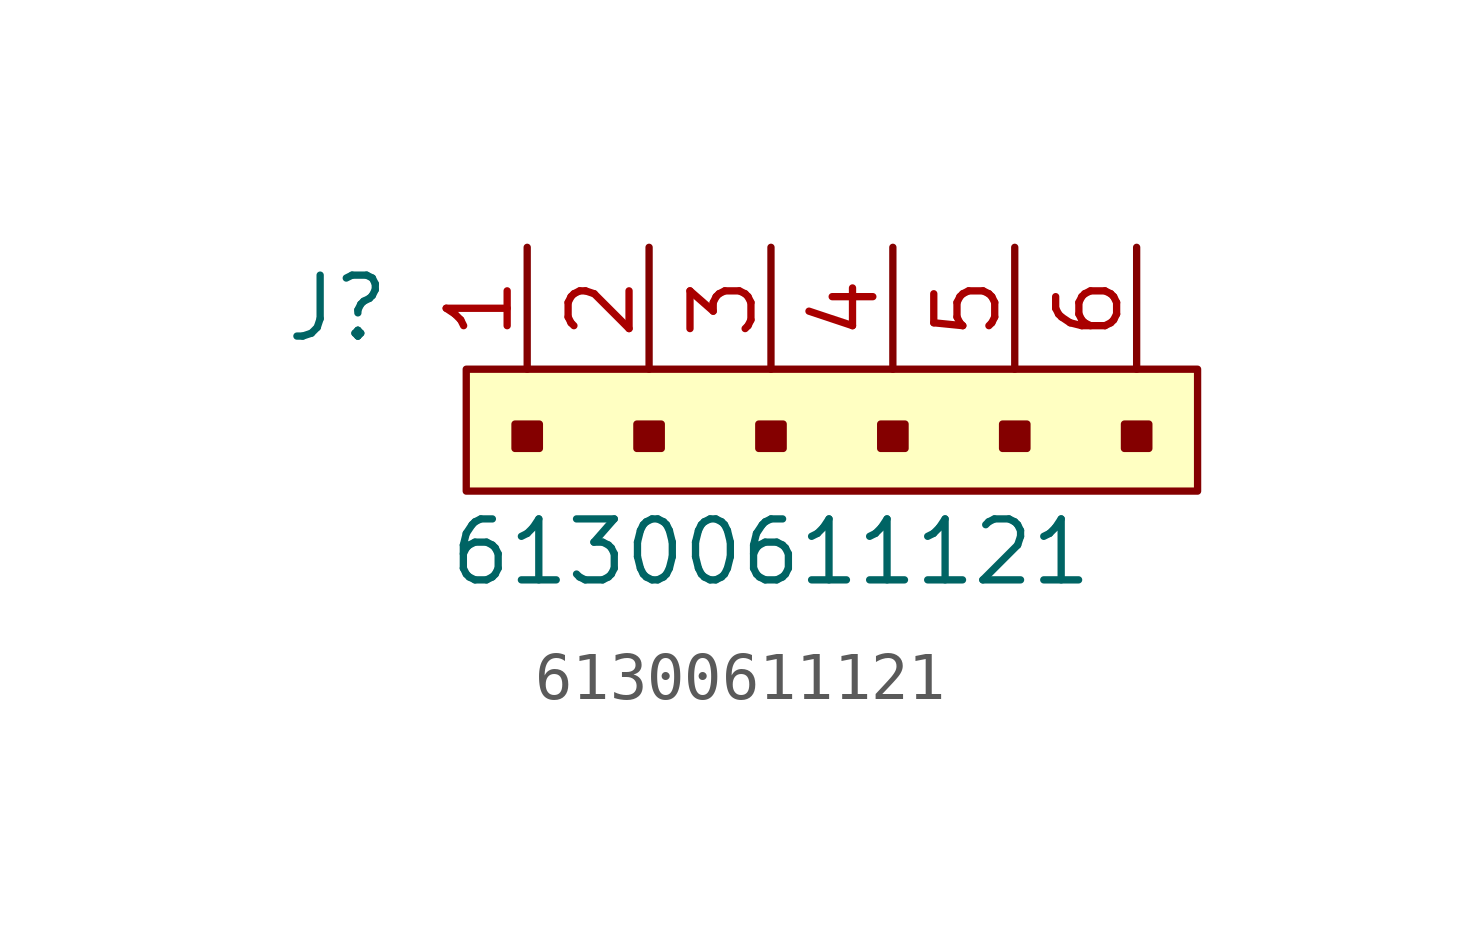
<source format=kicad_sym>
(kicad_symbol_lib
  (version 20211014)
  (generator kicad_symbol_editor)
  (symbol "61300611121"
    (pin_names
      (offset 1.016))
    (property "Reference" "J"
      (at -5.08 2.54 0)
      (effects (font (size 1.27 1.27)) (justify left)))
    (property "Value" "61300611121"
      (at 5.08 -2.54 0)
      (effects (font (size 1.27 1.27))))
    (symbol "61300611121_0_1"
      (rectangle (start -1.27 1.27) (end 13.97 -1.27) (stroke (width 0) (type default) (color 0 0 0 0)) (fill (type background))))
    (symbol "61300611121_1_1"
      (rectangle (start -0.254 0.127) (end 0.254 -0.381) (stroke (width 0) (type default) (color 0 0 0 0)) (fill (type outline)))
      (rectangle (start 2.286 0.127) (end 2.794 -0.381) (stroke (width 0) (type default) (color 0 0 0 0)) (fill (type outline)))
      (rectangle (start 4.826 0.127) (end 5.334 -0.381) (stroke (width 0) (type default) (color 0 0 0 0)) (fill (type outline)))
      (rectangle (start 7.366 0.127) (end 7.874 -0.381) (stroke (width 0) (type default) (color 0 0 0 0)) (fill (type outline)))
      (rectangle (start 9.906 0.127) (end 10.414 -0.381) (stroke (width 0) (type default) (color 0 0 0 0)) (fill (type outline)))
      (rectangle (start 12.446 0.127) (end 12.954 -0.381) (stroke (width 0) (type default) (color 0 0 0 0)) (fill (type outline)))
      (pin passive line (at 0 3.81 270) (length 2.54) (name "~" (effects (font (size 1.27 1.27)))) (number "1" (effects (font (size 1.27 1.27)))))
      (pin passive line (at 2.54 3.81 270) (length 2.54) (name "~" (effects (font (size 1.27 1.27)))) (number "2" (effects (font (size 1.27 1.27)))))
      (pin passive line (at 5.08 3.81 270) (length 2.54) (name "~" (effects (font (size 1.27 1.27)))) (number "3" (effects (font (size 1.27 1.27)))))
      (pin passive line (at 7.62 3.81 270) (length 2.54) (name "~" (effects (font (size 1.27 1.27)))) (number "4" (effects (font (size 1.27 1.27)))))
      (pin passive line (at 10.16 3.81 270) (length 2.54) (name "~" (effects (font (size 1.27 1.27)))) (number "5" (effects (font (size 1.27 1.27)))))
      (pin passive line (at 12.7 3.81 270) (length 2.54) (name "~" (effects (font (size 1.27 1.27)))) (number "6" (effects (font (size 1.27 1.27))))))))
</source>
